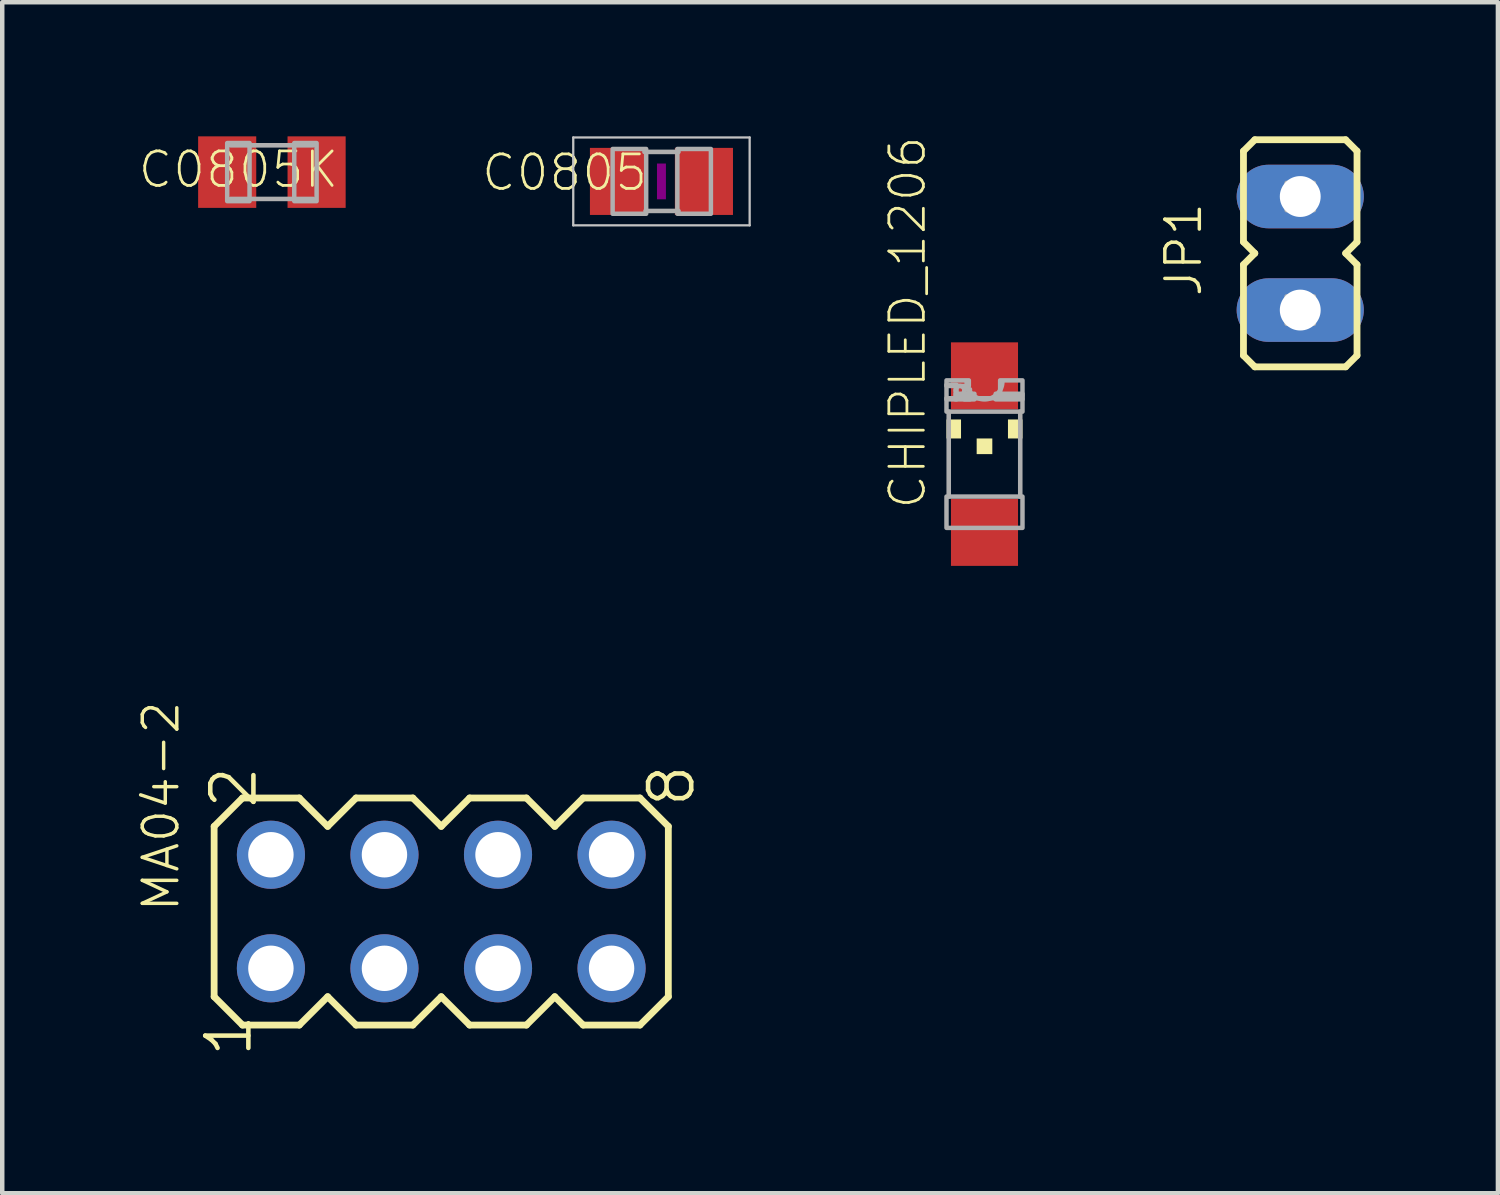
<source format=kicad_pcb>
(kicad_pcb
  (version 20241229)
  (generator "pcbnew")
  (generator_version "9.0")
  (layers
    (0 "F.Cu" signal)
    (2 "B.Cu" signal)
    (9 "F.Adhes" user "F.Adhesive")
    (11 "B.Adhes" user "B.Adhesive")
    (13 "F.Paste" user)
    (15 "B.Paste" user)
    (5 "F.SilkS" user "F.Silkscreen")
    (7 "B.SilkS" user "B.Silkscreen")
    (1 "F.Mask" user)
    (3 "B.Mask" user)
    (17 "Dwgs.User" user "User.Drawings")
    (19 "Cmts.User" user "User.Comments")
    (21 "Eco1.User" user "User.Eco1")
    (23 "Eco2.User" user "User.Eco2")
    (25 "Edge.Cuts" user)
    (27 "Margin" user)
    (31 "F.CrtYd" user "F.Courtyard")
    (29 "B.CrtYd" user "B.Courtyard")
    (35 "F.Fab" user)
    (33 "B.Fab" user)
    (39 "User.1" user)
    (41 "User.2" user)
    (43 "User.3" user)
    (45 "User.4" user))
  (footprint "MA04-2"
    (layer "F.Cu")
    (at 6.82 17.34)
    (property "Reference" "MA04-2" (at -5.817 0.051 270) (layer "F.SilkS") (effects (font (size 0.772 0.772) (thickness 0.077)) (justify left bottom)))
    (attr through_hole)
    (fp_line (start -5.08 -1.905) (end -5.08 1.905) (stroke (width 0.152) (type solid)) (layer "F.SilkS"))
    (fp_line (start -5.08 1.905) (end -4.445 2.54) (stroke (width 0.152) (type solid)) (layer "F.SilkS"))
    (fp_line (start -4.445 -2.54) (end -5.08 -1.905) (stroke (width 0.152) (type solid)) (layer "F.SilkS"))
    (fp_line (start -4.445 -2.54) (end -3.175 -2.54) (stroke (width 0.152) (type solid)) (layer "F.SilkS"))
    (fp_line (start -3.175 -2.54) (end -2.54 -1.905) (stroke (width 0.152) (type solid)) (layer "F.SilkS"))
    (fp_line (start -3.175 2.54) (end -4.445 2.54) (stroke (width 0.152) (type solid)) (layer "F.SilkS"))
    (fp_line (start -2.54 -1.905) (end -1.905 -2.54) (stroke (width 0.152) (type solid)) (layer "F.SilkS"))
    (fp_line (start -2.54 1.905) (end -3.175 2.54) (stroke (width 0.152) (type solid)) (layer "F.SilkS"))
    (fp_line (start -1.905 -2.54) (end -0.635 -2.54) (stroke (width 0.152) (type solid)) (layer "F.SilkS"))
    (fp_line (start -1.905 2.54) (end -2.54 1.905) (stroke (width 0.152) (type solid)) (layer "F.SilkS"))
    (fp_line (start -0.635 -2.54) (end 0 -1.905) (stroke (width 0.152) (type solid)) (layer "F.SilkS"))
    (fp_line (start -0.635 2.54) (end -1.905 2.54) (stroke (width 0.152) (type solid)) (layer "F.SilkS"))
    (fp_line (start 0 -1.905) (end 0.635 -2.54) (stroke (width 0.152) (type solid)) (layer "F.SilkS"))
    (fp_line (start 0 1.905) (end -0.635 2.54) (stroke (width 0.152) (type solid)) (layer "F.SilkS"))
    (fp_line (start 0.635 -2.54) (end 1.905 -2.54) (stroke (width 0.152) (type solid)) (layer "F.SilkS"))
    (fp_line (start 0.635 2.54) (end 0 1.905) (stroke (width 0.152) (type solid)) (layer "F.SilkS"))
    (fp_line (start 1.905 -2.54) (end 2.54 -1.905) (stroke (width 0.152) (type solid)) (layer "F.SilkS"))
    (fp_line (start 1.905 2.54) (end 0.635 2.54) (stroke (width 0.152) (type solid)) (layer "F.SilkS"))
    (fp_line (start 2.54 1.905) (end 1.905 2.54) (stroke (width 0.152) (type solid)) (layer "F.SilkS"))
    (fp_line (start 2.54 1.905) (end 3.175 2.54) (stroke (width 0.152) (type solid)) (layer "F.SilkS"))
    (fp_line (start 3.175 -2.54) (end 2.54 -1.905) (stroke (width 0.152) (type solid)) (layer "F.SilkS"))
    (fp_line (start 3.175 -2.54) (end 4.445 -2.54) (stroke (width 0.152) (type solid)) (layer "F.SilkS"))
    (fp_line (start 4.445 -2.54) (end 5.08 -1.905) (stroke (width 0.152) (type solid)) (layer "F.SilkS"))
    (fp_line (start 4.445 2.54) (end 3.175 2.54) (stroke (width 0.152) (type solid)) (layer "F.SilkS"))
    (fp_line (start 5.08 -1.905) (end 5.08 1.905) (stroke (width 0.152) (type solid)) (layer "F.SilkS"))
    (fp_line (start 5.08 1.905) (end 4.445 2.54) (stroke (width 0.152) (type solid)) (layer "F.SilkS"))
    (fp_poly (pts (xy -4.064 -1.016) (xy -3.556 -1.016) (xy -3.556 -1.524) (xy -4.064 -1.524)) (stroke (width 0.1) (type solid)) (fill no) (layer "F.Fab"))
    (fp_poly (pts (xy -4.064 1.524) (xy -3.556 1.524) (xy -3.556 1.016) (xy -4.064 1.016)) (stroke (width 0.1) (type solid)) (fill no) (layer "F.Fab"))
    (fp_poly (pts (xy -1.524 -1.016) (xy -1.016 -1.016) (xy -1.016 -1.524) (xy -1.524 -1.524)) (stroke (width 0.1) (type solid)) (fill no) (layer "F.Fab"))
    (fp_poly (pts (xy -1.524 1.524) (xy -1.016 1.524) (xy -1.016 1.016) (xy -1.524 1.016)) (stroke (width 0.1) (type solid)) (fill no) (layer "F.Fab"))
    (fp_poly (pts (xy 1.016 -1.016) (xy 1.524 -1.016) (xy 1.524 -1.524) (xy 1.016 -1.524)) (stroke (width 0.1) (type solid)) (fill no) (layer "F.Fab"))
    (fp_poly (pts (xy 1.016 1.524) (xy 1.524 1.524) (xy 1.524 1.016) (xy 1.016 1.016)) (stroke (width 0.1) (type solid)) (fill no) (layer "F.Fab"))
    (fp_poly (pts (xy 3.556 -1.016) (xy 4.064 -1.016) (xy 4.064 -1.524) (xy 3.556 -1.524)) (stroke (width 0.1) (type solid)) (fill no) (layer "F.Fab"))
    (fp_poly (pts (xy 3.556 1.524) (xy 4.064 1.524) (xy 4.064 1.016) (xy 3.556 1.016)) (stroke (width 0.1) (type solid)) (fill no) (layer "F.Fab"))
    (fp_text user "8" (at 5.715 -2.286 90) (layer "F.SilkS") (effects (font (size 0.965 0.965) (thickness 0.102)) (justify left bottom)))
    (fp_text user "1" (at -4.191 3.302 90) (layer "F.SilkS") (effects (font (size 0.965 0.965) (thickness 0.102)) (justify left bottom)))
    (fp_text user "2" (at -5.207 -3.302 90) (layer "F.SilkS") (effects (font (size 0.965 0.965) (thickness 0.102)) (justify right top)))
    (pad "1" thru_hole circle (at -3.81 1.27) (size 1.524 1.524) (drill 1.016) (layers "*.Cu" "*.Mask"))
    (pad "2" thru_hole circle (at -3.81 -1.27) (size 1.524 1.524) (drill 1.016) (layers "*.Cu" "*.Mask"))
    (pad "3" thru_hole circle (at -1.27 1.27) (size 1.524 1.524) (drill 1.016) (layers "*.Cu" "*.Mask"))
    (pad "4" thru_hole circle (at -1.27 -1.27) (size 1.524 1.524) (drill 1.016) (layers "*.Cu" "*.Mask"))
    (pad "5" thru_hole circle (at 1.27 1.27) (size 1.524 1.524) (drill 1.016) (layers "*.Cu" "*.Mask"))
    (pad "6" thru_hole circle (at 1.27 -1.27) (size 1.524 1.524) (drill 1.016) (layers "*.Cu" "*.Mask"))
    (pad "7" thru_hole circle (at 3.81 1.27) (size 1.524 1.524) (drill 1.016) (layers "*.Cu" "*.Mask"))
    (pad "8" thru_hole circle (at 3.81 -1.27) (size 1.524 1.524) (drill 1.016) (layers "*.Cu" "*.Mask")))
  (footprint "CHIPLED_1206"
    (layer "F.Cu")
    (at 18.972 7.108)
    (property "Reference" "CHIPLED_1206" (at -1.27 1.27 270) (layer "F.SilkS") (effects (font (size 0.772 0.772) (thickness 0.062)) (justify left bottom)))
    (attr through_hole)
    (fp_poly (pts (xy -0.85 -0.35) (xy -0.525 -0.35) (xy -0.525 -0.775) (xy -0.85 -0.775)) (stroke (width 0) (type solid)) (fill yes) (layer "F.SilkS"))
    (fp_poly (pts (xy -0.175 0) (xy 0.175 0) (xy 0.175 -0.35) (xy -0.175 -0.35)) (stroke (width 0) (type solid)) (fill yes) (layer "F.SilkS"))
    (fp_poly (pts (xy 0.525 -0.35) (xy 0.85 -0.35) (xy 0.85 -0.775) (xy 0.525 -0.775)) (stroke (width 0) (type solid)) (fill yes) (layer "F.SilkS"))
    (fp_line (start -0.8 0.95) (end -0.8 -0.95) (stroke (width 0.102) (type solid)) (layer "F.Fab"))
    (fp_line (start 0.8 -0.95) (end 0.8 0.95) (stroke (width 0.102) (type solid)) (layer "F.Fab"))
    (fp_arc (start 0.4 -1.599998) (mid -0.000001 -1.224968) (end -0.4 -1.6) (stroke (width 0.1016) (type solid)) (layer "F.Fab"))
    (fp_circle (center -0.55 -1.425) (end -0.45 -1.425) (stroke (width 0.102) (type solid)) (fill no) (layer "F.Fab"))
    (fp_poly (pts (xy -0.85 -1.525) (xy -0.35 -1.525) (xy -0.35 -1.65) (xy -0.85 -1.65)) (stroke (width 0.1) (type solid)) (fill no) (layer "F.Fab"))
    (fp_poly (pts (xy -0.85 -1.225) (xy -0.625 -1.225) (xy -0.625 -1.55) (xy -0.85 -1.55)) (stroke (width 0.1) (type solid)) (fill no) (layer "F.Fab"))
    (fp_poly (pts (xy -0.85 -0.95) (xy 0.85 -0.95) (xy 0.85 -1.25) (xy -0.85 -1.25)) (stroke (width 0.1) (type solid)) (fill no) (layer "F.Fab"))
    (fp_poly (pts (xy -0.85 1.65) (xy 0.85 1.65) (xy 0.85 0.95) (xy -0.85 0.95)) (stroke (width 0.1) (type solid)) (fill no) (layer "F.Fab"))
    (fp_poly (pts (xy -0.65 -1.225) (xy -0.225 -1.225) (xy -0.225 -1.35) (xy -0.65 -1.35)) (stroke (width 0.1) (type solid)) (fill no) (layer "F.Fab"))
    (fp_poly (pts (xy -0.45 -1.225) (xy -0.325 -1.225) (xy -0.325 -1.45) (xy -0.45 -1.45)) (stroke (width 0.1) (type solid)) (fill no) (layer "F.Fab"))
    (fp_poly (pts (xy 0.25 -1.225) (xy 0.85 -1.225) (xy 0.85 -1.35) (xy 0.25 -1.35)) (stroke (width 0.1) (type solid)) (fill no) (layer "F.Fab"))
    (fp_poly (pts (xy 0.35 -1.3) (xy 0.85 -1.3) (xy 0.85 -1.65) (xy 0.35 -1.65)) (stroke (width 0.1) (type solid)) (fill no) (layer "F.Fab"))
    (pad "A" smd rect (at 0 1.75) (size 1.5 1.5) (layers "F.Cu" "F.Mask" "F.Paste"))
    (pad "C" smd rect (at 0 -1.75) (size 1.5 1.5) (layers "F.Cu" "F.Mask" "F.Paste")))
  (footprint "C0805K"
    (layer "F.Cu")
    (at 3.032 0.8)
    (property "Reference" "C0805K" (at -3.032 0.395 180) (layer "F.SilkS") (effects (font (size 0.772 0.772) (thickness 0.062)) (justify left bottom)))
    (attr through_hole)
    (fp_line (start -0.925 -0.6) (end 0.925 -0.6) (stroke (width 0.102) (type solid)) (layer "F.Fab"))
    (fp_line (start 0.925 0.6) (end -0.925 0.6) (stroke (width 0.102) (type solid)) (layer "F.Fab"))
    (fp_poly (pts (xy -1 0.65) (xy -0.5 0.65) (xy -0.5 -0.65) (xy -1 -0.65)) (stroke (width 0.1) (type solid)) (fill no) (layer "F.Fab"))
    (fp_poly (pts (xy 0.5 0.65) (xy 1 0.65) (xy 1 -0.65) (xy 0.5 -0.65)) (stroke (width 0.1) (type solid)) (fill no) (layer "F.Fab"))
    (pad "1" smd rect (at -1 0) (size 1.3 1.6) (layers "F.Cu" "F.Mask" "F.Paste"))
    (pad "2" smd rect (at 1 0) (size 1.3 1.6) (layers "F.Cu" "F.Mask" "F.Paste")))
  (footprint "C0805"
    (layer "F.Cu")
    (at 11.746 1.008)
    (property "Reference" "C0805" (at -4.064 0.254 180) (layer "F.SilkS") (effects (font (size 0.772 0.772) (thickness 0.062)) (justify left bottom)))
    (attr through_hole)
    (fp_poly (pts (xy -0.1 0.4) (xy 0.1 0.4) (xy 0.1 -0.4) (xy -0.1 -0.4)) (stroke (width 0) (type solid)) (fill yes) (layer "F.Adhes"))
    (fp_line (start -1.973 -0.983) (end 1.973 -0.983) (stroke (width 0.051) (type solid)) (layer "Dwgs.User"))
    (fp_line (start -1.973 0.983) (end -1.973 -0.983) (stroke (width 0.051) (type solid)) (layer "Dwgs.User"))
    (fp_line (start 1.973 -0.983) (end 1.973 0.983) (stroke (width 0.051) (type solid)) (layer "Dwgs.User"))
    (fp_line (start 1.973 0.983) (end -1.973 0.983) (stroke (width 0.051) (type solid)) (layer "Dwgs.User"))
    (fp_line (start -0.381 -0.66) (end 0.381 -0.66) (stroke (width 0.102) (type solid)) (layer "F.Fab"))
    (fp_line (start -0.356 0.66) (end 0.381 0.66) (stroke (width 0.102) (type solid)) (layer "F.Fab"))
    (fp_poly (pts (xy -1.092 0.724) (xy -0.342 0.724) (xy -0.342 -0.726) (xy -1.092 -0.726)) (stroke (width 0.1) (type solid)) (fill no) (layer "F.Fab"))
    (fp_poly (pts (xy 0.356 0.724) (xy 1.106 0.724) (xy 1.106 -0.726) (xy 0.356 -0.726)) (stroke (width 0.1) (type solid)) (fill no) (layer "F.Fab"))
    (pad "1" smd rect (at -0.95 0) (size 1.3 1.5) (layers "F.Cu" "F.Mask" "F.Paste"))
    (pad "2" smd rect (at 0.95 0) (size 1.3 1.5) (layers "F.Cu" "F.Mask" "F.Paste")))
  (footprint "JP1"
    (layer "F.Cu")
    (at 26.035 2.616)
    (property "Reference" "JP1" (at -2.159 1.016 270) (layer "F.SilkS") (effects (font (size 0.772 0.772) (thickness 0.077)) (justify left bottom)))
    (attr through_hole)
    (fp_line (start -1.27 -2.286) (end -1.27 -0.254) (stroke (width 0.152) (type solid)) (layer "F.SilkS"))
    (fp_line (start -1.27 -2.286) (end -1.016 -2.54) (stroke (width 0.152) (type solid)) (layer "F.SilkS"))
    (fp_line (start -1.27 0.254) (end -1.27 2.286) (stroke (width 0.152) (type solid)) (layer "F.SilkS"))
    (fp_line (start -1.016 0) (end -1.27 -0.254) (stroke (width 0.152) (type solid)) (layer "F.SilkS"))
    (fp_line (start -1.016 0) (end -1.27 0.254) (stroke (width 0.152) (type solid)) (layer "F.SilkS"))
    (fp_line (start -1.016 2.54) (end -1.27 2.286) (stroke (width 0.152) (type solid)) (layer "F.SilkS"))
    (fp_line (start -1.016 2.54) (end 1.016 2.54) (stroke (width 0.152) (type solid)) (layer "F.SilkS"))
    (fp_line (start 1.016 -2.54) (end -1.016 -2.54) (stroke (width 0.152) (type solid)) (layer "F.SilkS"))
    (fp_line (start 1.016 0) (end 1.27 -0.254) (stroke (width 0.152) (type solid)) (layer "F.SilkS"))
    (fp_line (start 1.016 0) (end 1.27 0.254) (stroke (width 0.152) (type solid)) (layer "F.SilkS"))
    (fp_line (start 1.016 2.54) (end 1.27 2.286) (stroke (width 0.152) (type solid)) (layer "F.SilkS"))
    (fp_line (start 1.27 -2.286) (end 1.016 -2.54) (stroke (width 0.152) (type solid)) (layer "F.SilkS"))
    (fp_line (start 1.27 -2.286) (end 1.27 -0.254) (stroke (width 0.152) (type solid)) (layer "F.SilkS"))
    (fp_line (start 1.27 0.254) (end 1.27 2.286) (stroke (width 0.152) (type solid)) (layer "F.SilkS"))
    (fp_poly (pts (xy -0.305 -0.965) (xy 0.305 -0.965) (xy 0.305 -1.575) (xy -0.305 -1.575)) (stroke (width 0.1) (type solid)) (fill no) (layer "F.Fab"))
    (fp_poly (pts (xy -0.305 1.575) (xy 0.305 1.575) (xy 0.305 0.965) (xy -0.305 0.965)) (stroke (width 0.1) (type solid)) (fill no) (layer "F.Fab"))
    (pad "1" thru_hole oval (at 0 1.27) (size 2.845 1.422) (drill 0.914) (layers "*.Cu" "*.Mask"))
    (pad "2" thru_hole oval (at 0 -1.27) (size 2.845 1.422) (drill 0.914) (layers "*.Cu" "*.Mask")))
  (gr_rect
    (start -3 -3)
    (end 30.457 23.642)
    (stroke (width 0.1) (type default))
    (fill no)
    (layer "Edge.Cuts")))
</source>
